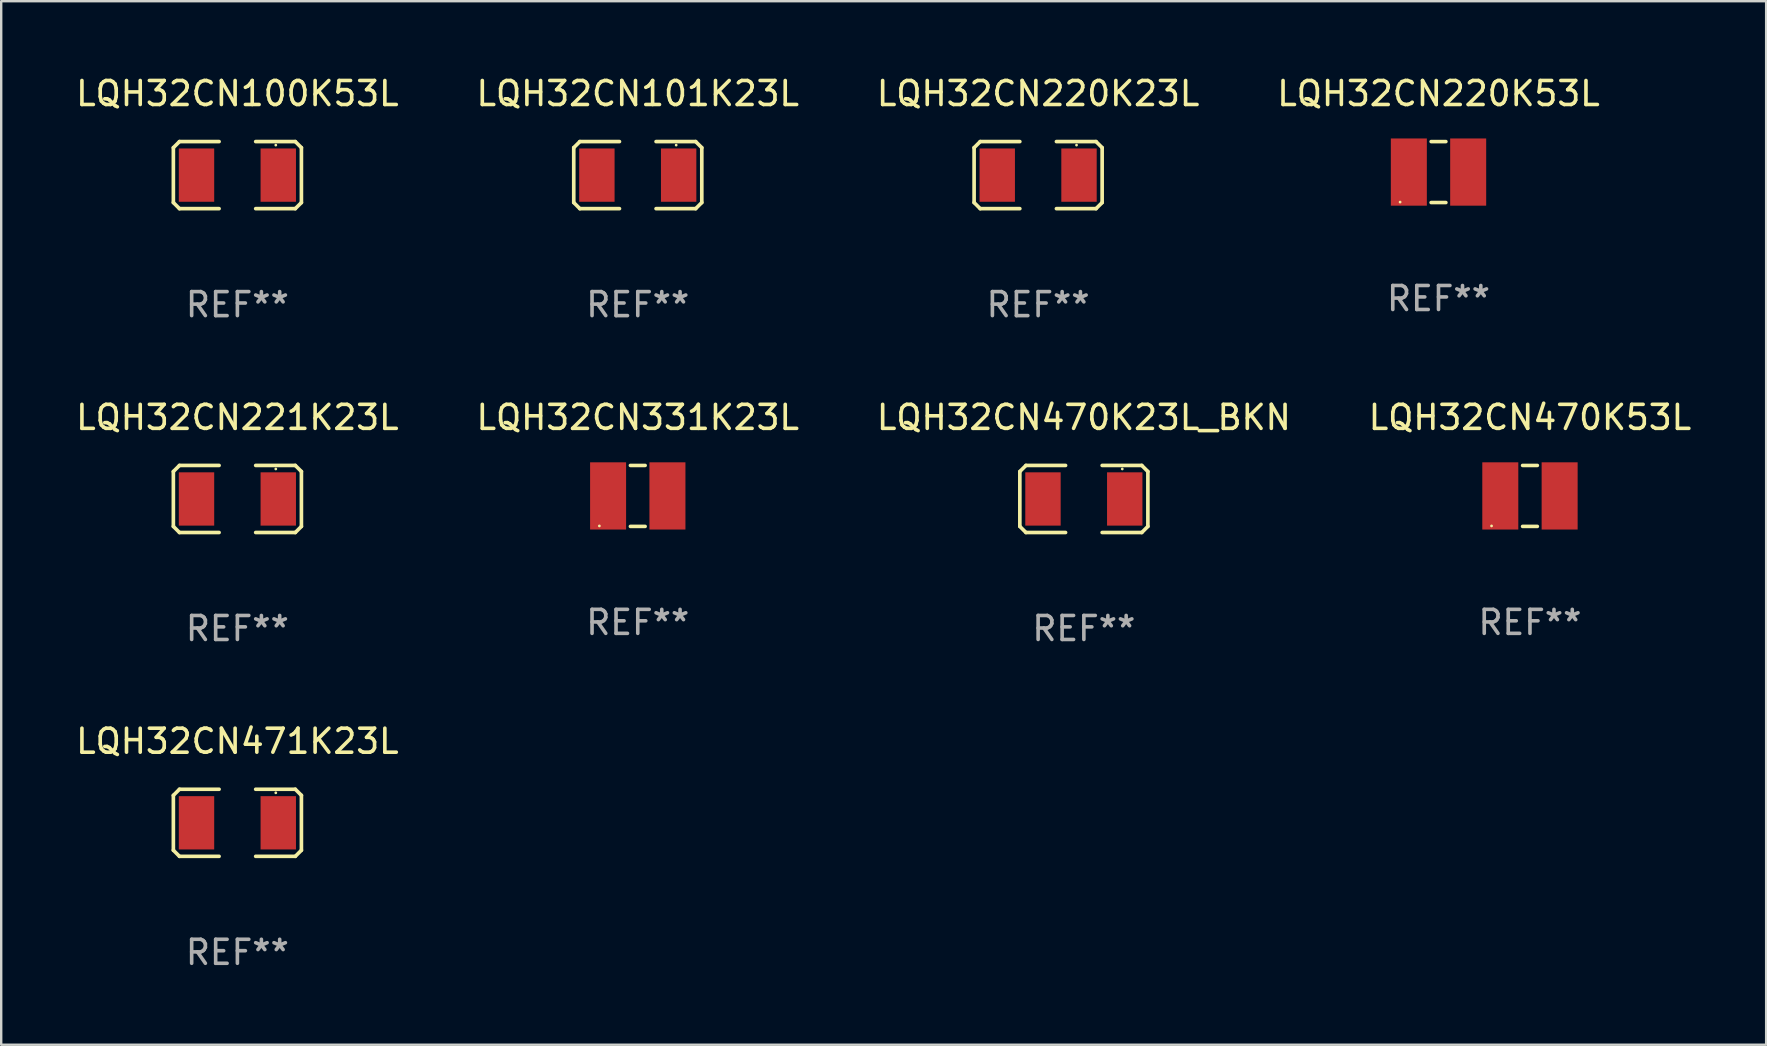
<source format=kicad_pcb>
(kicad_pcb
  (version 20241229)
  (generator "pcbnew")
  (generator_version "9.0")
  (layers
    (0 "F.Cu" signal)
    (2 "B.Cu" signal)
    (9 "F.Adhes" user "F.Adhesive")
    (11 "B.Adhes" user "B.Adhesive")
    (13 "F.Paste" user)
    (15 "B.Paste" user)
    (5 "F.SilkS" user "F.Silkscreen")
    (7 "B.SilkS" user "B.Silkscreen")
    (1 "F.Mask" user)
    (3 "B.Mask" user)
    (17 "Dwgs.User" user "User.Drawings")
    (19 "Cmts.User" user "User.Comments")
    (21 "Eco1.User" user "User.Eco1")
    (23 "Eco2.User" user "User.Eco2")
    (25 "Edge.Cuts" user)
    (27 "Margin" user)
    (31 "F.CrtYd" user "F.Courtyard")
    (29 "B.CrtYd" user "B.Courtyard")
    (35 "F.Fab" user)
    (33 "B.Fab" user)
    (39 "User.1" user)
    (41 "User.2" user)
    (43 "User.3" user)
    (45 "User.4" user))
  (footprint "LQH32CN220K53L"
    (layer "F.Cu")
    (at 56.875 4.118)
    (property "Reference" "LQH32CN220K53L" (at 0 -3.27 0) (layer "F.SilkS") (effects (font (size 1 1) (thickness 0.15))))
    (attr through_hole)
    (fp_line (start -0.307 -1.27) (end 0.307 -1.27) (stroke (width 0.15) (type solid)) (layer "F.SilkS"))
    (fp_line (start -0.307 1.27) (end 0.307 1.27) (stroke (width 0.15) (type solid)) (layer "F.SilkS"))
    (fp_circle (center -1.6 1.25) (end -1.57 1.25) (stroke (width 0.06) (type solid)) (fill no) (layer "F.SilkS"))
    (fp_text user "REF**" (at 0 5.27 0) (layer "F.Fab") (effects (font (size 1 1) (thickness 0.15))))
    (pad "1" smd rect (at -1.236 0) (size 1.5 2.8) (layers "F.Cu" "F.Mask" "F.Paste"))
    (pad "2" smd rect (at 1.236 0) (size 1.5 2.8) (layers "F.Cu" "F.Mask" "F.Paste")))
  (footprint "LQH32CN331K23L"
    (layer "F.Cu")
    (at 23.518 17.609)
    (property "Reference" "LQH32CN331K23L" (at 0 -3.27 0) (layer "F.SilkS") (effects (font (size 1 1) (thickness 0.15))))
    (attr through_hole)
    (fp_line (start -0.307 -1.27) (end 0.307 -1.27) (stroke (width 0.15) (type solid)) (layer "F.SilkS"))
    (fp_line (start -0.307 1.27) (end 0.307 1.27) (stroke (width 0.15) (type solid)) (layer "F.SilkS"))
    (fp_circle (center -1.6 1.25) (end -1.57 1.25) (stroke (width 0.06) (type solid)) (fill no) (layer "F.SilkS"))
    (fp_text user "REF**" (at 0 5.27 0) (layer "F.Fab") (effects (font (size 1 1) (thickness 0.15))))
    (pad "1" smd rect (at -1.236 0) (size 1.5 2.8) (layers "F.Cu" "F.Mask" "F.Paste"))
    (pad "2" smd rect (at 1.236 0) (size 1.5 2.8) (layers "F.Cu" "F.Mask" "F.Paste")))
  (footprint "LQH32CN101K23L"
    (layer "F.Cu")
    (at 23.518 4.245)
    (property "Reference" "LQH32CN101K23L" (at 0 -3.397 0) (layer "F.SilkS") (effects (font (size 1 1) (thickness 0.15))))
    (attr through_hole)
    (fp_line (start -2.667 -1.143) (end -2.413 -1.397) (stroke (width 0.152) (type solid)) (layer "F.SilkS"))
    (fp_line (start -2.667 1.143) (end -2.667 -1.143) (stroke (width 0.152) (type solid)) (layer "F.SilkS"))
    (fp_line (start -2.413 -1.397) (end -0.762 -1.397) (stroke (width 0.152) (type solid)) (layer "F.SilkS"))
    (fp_line (start -2.413 1.397) (end -2.667 1.143) (stroke (width 0.152) (type solid)) (layer "F.SilkS"))
    (fp_line (start -0.762 1.397) (end -2.413 1.397) (stroke (width 0.152) (type solid)) (layer "F.SilkS"))
    (fp_line (start 0.762 -1.397) (end 2.413 -1.397) (stroke (width 0.152) (type solid)) (layer "F.SilkS"))
    (fp_line (start 2.413 -1.397) (end 2.667 -1.143) (stroke (width 0.152) (type solid)) (layer "F.SilkS"))
    (fp_line (start 2.413 1.397) (end 0.762 1.397) (stroke (width 0.152) (type solid)) (layer "F.SilkS"))
    (fp_line (start 2.667 -1.143) (end 2.667 1.143) (stroke (width 0.152) (type solid)) (layer "F.SilkS"))
    (fp_line (start 2.667 1.143) (end 2.413 1.397) (stroke (width 0.152) (type solid)) (layer "F.SilkS"))
    (fp_circle (center 1.6 -1.25) (end 1.63 -1.25) (stroke (width 0.06) (type solid)) (fill no) (layer "F.SilkS"))
    (fp_text user "REF**" (at 0 5.397 0) (layer "F.Fab") (effects (font (size 1 1) (thickness 0.15))))
    (pad "1" smd rect (at 1.703 0) (size 1.474 2.22) (layers "F.Cu" "F.Mask" "F.Paste"))
    (pad "2" smd rect (at -1.703 0) (size 1.474 2.22) (layers "F.Cu" "F.Mask" "F.Paste")))
  (footprint "LQH32CN470K53L"
    (layer "F.Cu")
    (at 60.685 17.609)
    (property "Reference" "LQH32CN470K53L" (at 0 -3.27 0) (layer "F.SilkS") (effects (font (size 1 1) (thickness 0.15))))
    (attr through_hole)
    (fp_line (start -0.307 -1.27) (end 0.307 -1.27) (stroke (width 0.15) (type solid)) (layer "F.SilkS"))
    (fp_line (start -0.307 1.27) (end 0.307 1.27) (stroke (width 0.15) (type solid)) (layer "F.SilkS"))
    (fp_circle (center -1.6 1.25) (end -1.57 1.25) (stroke (width 0.06) (type solid)) (fill no) (layer "F.SilkS"))
    (fp_text user "REF**" (at 0 5.27 0) (layer "F.Fab") (effects (font (size 1 1) (thickness 0.15))))
    (pad "1" smd rect (at -1.236 0) (size 1.5 2.8) (layers "F.Cu" "F.Mask" "F.Paste"))
    (pad "2" smd rect (at 1.236 0) (size 1.5 2.8) (layers "F.Cu" "F.Mask" "F.Paste")))
  (footprint "LQH32CN100K53L"
    (layer "F.Cu")
    (at 6.839 4.245)
    (property "Reference" "LQH32CN100K53L" (at 0 -3.397 0) (layer "F.SilkS") (effects (font (size 1 1) (thickness 0.15))))
    (attr through_hole)
    (fp_line (start -2.667 -1.143) (end -2.413 -1.397) (stroke (width 0.152) (type solid)) (layer "F.SilkS"))
    (fp_line (start -2.667 1.143) (end -2.667 -1.143) (stroke (width 0.152) (type solid)) (layer "F.SilkS"))
    (fp_line (start -2.413 -1.397) (end -0.762 -1.397) (stroke (width 0.152) (type solid)) (layer "F.SilkS"))
    (fp_line (start -2.413 1.397) (end -2.667 1.143) (stroke (width 0.152) (type solid)) (layer "F.SilkS"))
    (fp_line (start -0.762 1.397) (end -2.413 1.397) (stroke (width 0.152) (type solid)) (layer "F.SilkS"))
    (fp_line (start 0.762 -1.397) (end 2.413 -1.397) (stroke (width 0.152) (type solid)) (layer "F.SilkS"))
    (fp_line (start 2.413 -1.397) (end 2.667 -1.143) (stroke (width 0.152) (type solid)) (layer "F.SilkS"))
    (fp_line (start 2.413 1.397) (end 0.762 1.397) (stroke (width 0.152) (type solid)) (layer "F.SilkS"))
    (fp_line (start 2.667 -1.143) (end 2.667 1.143) (stroke (width 0.152) (type solid)) (layer "F.SilkS"))
    (fp_line (start 2.667 1.143) (end 2.413 1.397) (stroke (width 0.152) (type solid)) (layer "F.SilkS"))
    (fp_circle (center 1.6 -1.25) (end 1.63 -1.25) (stroke (width 0.06) (type solid)) (fill no) (layer "F.SilkS"))
    (fp_text user "REF**" (at 0 5.397 0) (layer "F.Fab") (effects (font (size 1 1) (thickness 0.15))))
    (pad "1" smd rect (at 1.703 0) (size 1.474 2.22) (layers "F.Cu" "F.Mask" "F.Paste"))
    (pad "2" smd rect (at -1.703 0) (size 1.474 2.22) (layers "F.Cu" "F.Mask" "F.Paste")))
  (footprint "LQH32CN220K23L"
    (layer "F.Cu")
    (at 40.196 4.245)
    (property "Reference" "LQH32CN220K23L" (at 0 -3.397 0) (layer "F.SilkS") (effects (font (size 1 1) (thickness 0.15))))
    (attr through_hole)
    (fp_line (start -2.667 -1.143) (end -2.413 -1.397) (stroke (width 0.152) (type solid)) (layer "F.SilkS"))
    (fp_line (start -2.667 1.143) (end -2.667 -1.143) (stroke (width 0.152) (type solid)) (layer "F.SilkS"))
    (fp_line (start -2.413 -1.397) (end -0.762 -1.397) (stroke (width 0.152) (type solid)) (layer "F.SilkS"))
    (fp_line (start -2.413 1.397) (end -2.667 1.143) (stroke (width 0.152) (type solid)) (layer "F.SilkS"))
    (fp_line (start -0.762 1.397) (end -2.413 1.397) (stroke (width 0.152) (type solid)) (layer "F.SilkS"))
    (fp_line (start 0.762 -1.397) (end 2.413 -1.397) (stroke (width 0.152) (type solid)) (layer "F.SilkS"))
    (fp_line (start 2.413 -1.397) (end 2.667 -1.143) (stroke (width 0.152) (type solid)) (layer "F.SilkS"))
    (fp_line (start 2.413 1.397) (end 0.762 1.397) (stroke (width 0.152) (type solid)) (layer "F.SilkS"))
    (fp_line (start 2.667 -1.143) (end 2.667 1.143) (stroke (width 0.152) (type solid)) (layer "F.SilkS"))
    (fp_line (start 2.667 1.143) (end 2.413 1.397) (stroke (width 0.152) (type solid)) (layer "F.SilkS"))
    (fp_circle (center 1.6 -1.25) (end 1.63 -1.25) (stroke (width 0.06) (type solid)) (fill no) (layer "F.SilkS"))
    (fp_text user "REF**" (at 0 5.397 0) (layer "F.Fab") (effects (font (size 1 1) (thickness 0.15))))
    (pad "1" smd rect (at 1.703 0) (size 1.474 2.22) (layers "F.Cu" "F.Mask" "F.Paste"))
    (pad "2" smd rect (at -1.703 0) (size 1.474 2.22) (layers "F.Cu" "F.Mask" "F.Paste")))
  (footprint "LQH32CN470K23L_BKN"
    (layer "F.Cu")
    (at 42.101 17.736)
    (property "Reference" "LQH32CN470K23L_BKN" (at 0 -3.397 0) (layer "F.SilkS") (effects (font (size 1 1) (thickness 0.15))))
    (attr through_hole)
    (fp_line (start -2.667 -1.143) (end -2.413 -1.397) (stroke (width 0.152) (type solid)) (layer "F.SilkS"))
    (fp_line (start -2.667 1.143) (end -2.667 -1.143) (stroke (width 0.152) (type solid)) (layer "F.SilkS"))
    (fp_line (start -2.413 -1.397) (end -0.762 -1.397) (stroke (width 0.152) (type solid)) (layer "F.SilkS"))
    (fp_line (start -2.413 1.397) (end -2.667 1.143) (stroke (width 0.152) (type solid)) (layer "F.SilkS"))
    (fp_line (start -0.762 1.397) (end -2.413 1.397) (stroke (width 0.152) (type solid)) (layer "F.SilkS"))
    (fp_line (start 0.762 -1.397) (end 2.413 -1.397) (stroke (width 0.152) (type solid)) (layer "F.SilkS"))
    (fp_line (start 2.413 -1.397) (end 2.667 -1.143) (stroke (width 0.152) (type solid)) (layer "F.SilkS"))
    (fp_line (start 2.413 1.397) (end 0.762 1.397) (stroke (width 0.152) (type solid)) (layer "F.SilkS"))
    (fp_line (start 2.667 -1.143) (end 2.667 1.143) (stroke (width 0.152) (type solid)) (layer "F.SilkS"))
    (fp_line (start 2.667 1.143) (end 2.413 1.397) (stroke (width 0.152) (type solid)) (layer "F.SilkS"))
    (fp_circle (center 1.6 -1.25) (end 1.63 -1.25) (stroke (width 0.06) (type solid)) (fill no) (layer "F.SilkS"))
    (fp_text user "REF**" (at 0 5.397 0) (layer "F.Fab") (effects (font (size 1 1) (thickness 0.15))))
    (pad "1" smd rect (at 1.703 0) (size 1.474 2.22) (layers "F.Cu" "F.Mask" "F.Paste"))
    (pad "2" smd rect (at -1.703 0) (size 1.474 2.22) (layers "F.Cu" "F.Mask" "F.Paste")))
  (footprint "LQH32CN221K23L"
    (layer "F.Cu")
    (at 6.839 17.736)
    (property "Reference" "LQH32CN221K23L" (at 0 -3.397 0) (layer "F.SilkS") (effects (font (size 1 1) (thickness 0.15))))
    (attr through_hole)
    (fp_line (start -2.667 -1.143) (end -2.413 -1.397) (stroke (width 0.152) (type solid)) (layer "F.SilkS"))
    (fp_line (start -2.667 1.143) (end -2.667 -1.143) (stroke (width 0.152) (type solid)) (layer "F.SilkS"))
    (fp_line (start -2.413 -1.397) (end -0.762 -1.397) (stroke (width 0.152) (type solid)) (layer "F.SilkS"))
    (fp_line (start -2.413 1.397) (end -2.667 1.143) (stroke (width 0.152) (type solid)) (layer "F.SilkS"))
    (fp_line (start -0.762 1.397) (end -2.413 1.397) (stroke (width 0.152) (type solid)) (layer "F.SilkS"))
    (fp_line (start 0.762 -1.397) (end 2.413 -1.397) (stroke (width 0.152) (type solid)) (layer "F.SilkS"))
    (fp_line (start 2.413 -1.397) (end 2.667 -1.143) (stroke (width 0.152) (type solid)) (layer "F.SilkS"))
    (fp_line (start 2.413 1.397) (end 0.762 1.397) (stroke (width 0.152) (type solid)) (layer "F.SilkS"))
    (fp_line (start 2.667 -1.143) (end 2.667 1.143) (stroke (width 0.152) (type solid)) (layer "F.SilkS"))
    (fp_line (start 2.667 1.143) (end 2.413 1.397) (stroke (width 0.152) (type solid)) (layer "F.SilkS"))
    (fp_circle (center 1.6 -1.25) (end 1.63 -1.25) (stroke (width 0.06) (type solid)) (fill no) (layer "F.SilkS"))
    (fp_text user "REF**" (at 0 5.397 0) (layer "F.Fab") (effects (font (size 1 1) (thickness 0.15))))
    (pad "1" smd rect (at 1.703 0) (size 1.474 2.22) (layers "F.Cu" "F.Mask" "F.Paste"))
    (pad "2" smd rect (at -1.703 0) (size 1.474 2.22) (layers "F.Cu" "F.Mask" "F.Paste")))
  (footprint "LQH32CN471K23L"
    (layer "F.Cu")
    (at 6.839 31.226)
    (property "Reference" "LQH32CN471K23L" (at 0 -3.397 0) (layer "F.SilkS") (effects (font (size 1 1) (thickness 0.15))))
    (attr through_hole)
    (fp_line (start -2.667 -1.143) (end -2.413 -1.397) (stroke (width 0.152) (type solid)) (layer "F.SilkS"))
    (fp_line (start -2.667 1.143) (end -2.667 -1.143) (stroke (width 0.152) (type solid)) (layer "F.SilkS"))
    (fp_line (start -2.413 -1.397) (end -0.762 -1.397) (stroke (width 0.152) (type solid)) (layer "F.SilkS"))
    (fp_line (start -2.413 1.397) (end -2.667 1.143) (stroke (width 0.152) (type solid)) (layer "F.SilkS"))
    (fp_line (start -0.762 1.397) (end -2.413 1.397) (stroke (width 0.152) (type solid)) (layer "F.SilkS"))
    (fp_line (start 0.762 -1.397) (end 2.413 -1.397) (stroke (width 0.152) (type solid)) (layer "F.SilkS"))
    (fp_line (start 2.413 -1.397) (end 2.667 -1.143) (stroke (width 0.152) (type solid)) (layer "F.SilkS"))
    (fp_line (start 2.413 1.397) (end 0.762 1.397) (stroke (width 0.152) (type solid)) (layer "F.SilkS"))
    (fp_line (start 2.667 -1.143) (end 2.667 1.143) (stroke (width 0.152) (type solid)) (layer "F.SilkS"))
    (fp_line (start 2.667 1.143) (end 2.413 1.397) (stroke (width 0.152) (type solid)) (layer "F.SilkS"))
    (fp_circle (center 1.6 -1.25) (end 1.63 -1.25) (stroke (width 0.06) (type solid)) (fill no) (layer "F.SilkS"))
    (fp_text user "REF**" (at 0 5.397 0) (layer "F.Fab") (effects (font (size 1 1) (thickness 0.15))))
    (pad "1" smd rect (at 1.703 0) (size 1.474 2.22) (layers "F.Cu" "F.Mask" "F.Paste"))
    (pad "2" smd rect (at -1.703 0) (size 1.474 2.22) (layers "F.Cu" "F.Mask" "F.Paste")))
  (gr_rect
    (start -3 -3)
    (end 70.524 40.472)
    (stroke (width 0.1) (type default))
    (fill no)
    (layer "Edge.Cuts")))
</source>
